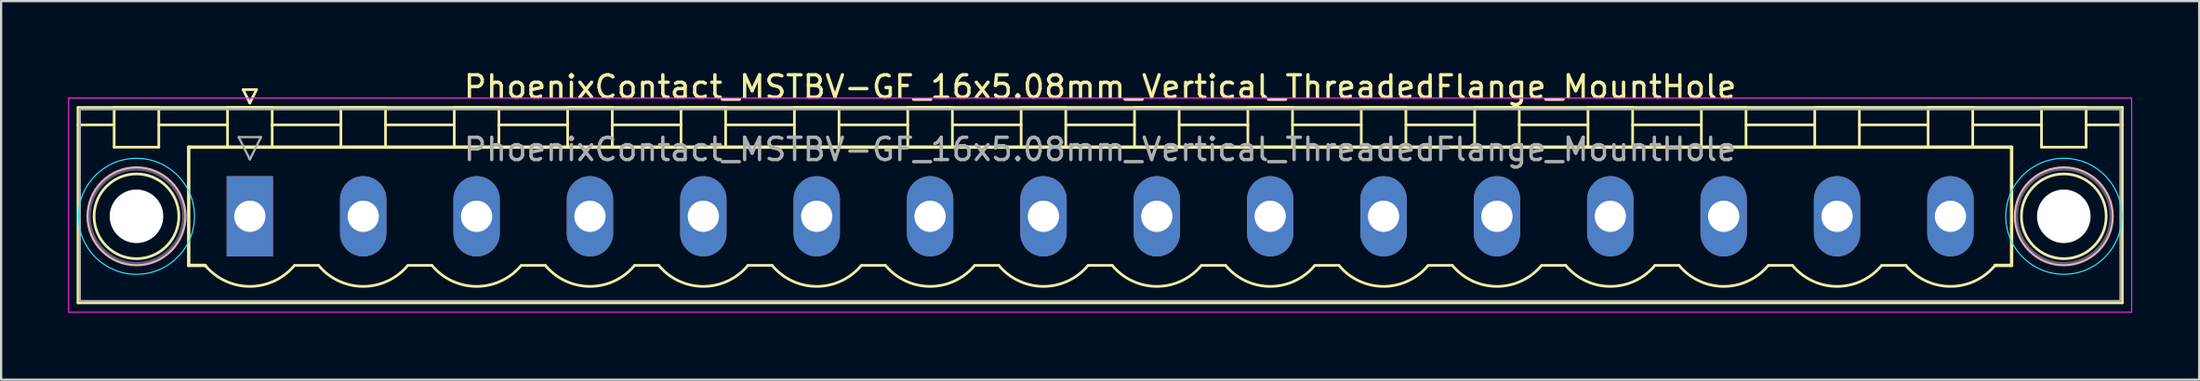
<source format=kicad_pcb>
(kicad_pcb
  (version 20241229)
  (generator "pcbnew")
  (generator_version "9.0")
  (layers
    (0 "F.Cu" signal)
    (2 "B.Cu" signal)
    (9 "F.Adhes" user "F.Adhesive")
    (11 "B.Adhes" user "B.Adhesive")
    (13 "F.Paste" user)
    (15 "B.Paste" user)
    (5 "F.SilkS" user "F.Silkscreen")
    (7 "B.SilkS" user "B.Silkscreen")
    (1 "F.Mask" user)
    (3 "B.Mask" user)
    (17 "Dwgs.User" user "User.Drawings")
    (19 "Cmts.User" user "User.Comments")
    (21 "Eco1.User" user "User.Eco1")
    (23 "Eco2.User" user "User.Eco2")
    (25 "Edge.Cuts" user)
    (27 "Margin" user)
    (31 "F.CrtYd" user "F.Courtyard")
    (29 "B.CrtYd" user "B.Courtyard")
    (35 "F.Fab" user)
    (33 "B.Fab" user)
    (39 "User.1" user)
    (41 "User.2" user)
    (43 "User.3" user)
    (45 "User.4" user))
  (footprint "PhoenixContact_MSTBV-GF_16x5.08mm_Vertical_ThreadedFlange_MountHole"
    (layer "F.Cu")
    (at 8.145 6.648)
    (property "Reference" "PhoenixContact_MSTBV-GF_16x5.08mm_Vertical_ThreadedFlange_MountHole" (at 38.1 -5.8 0) (layer "F.SilkS") (effects (font (size 1 1) (thickness 0.15))))
    (attr through_hole)
    (fp_line (start -7.7 -4.88) (end -7.7 3.88) (stroke (width 0.12) (type solid)) (layer "F.SilkS"))
    (fp_line (start -7.7 -4.1) (end -6.16 -4.1) (stroke (width 0.12) (type solid)) (layer "F.SilkS"))
    (fp_line (start -7.7 3.88) (end 83.9 3.88) (stroke (width 0.12) (type solid)) (layer "F.SilkS"))
    (fp_line (start -6.08 -4.88) (end -4.08 -4.88) (stroke (width 0.12) (type solid)) (layer "F.SilkS"))
    (fp_line (start -6.08 -3.1) (end -6.08 -4.88) (stroke (width 0.12) (type solid)) (layer "F.SilkS"))
    (fp_line (start -4.08 -4.88) (end -4.08 -3.1) (stroke (width 0.12) (type solid)) (layer "F.SilkS"))
    (fp_line (start -4.08 -4.1) (end -1 -4.1) (stroke (width 0.12) (type solid)) (layer "F.SilkS"))
    (fp_line (start -4.08 -3.1) (end -6.08 -3.1) (stroke (width 0.12) (type solid)) (layer "F.SilkS"))
    (fp_line (start -2.74 -3.1) (end 78.94 -3.1) (stroke (width 0.15) (type solid)) (layer "F.SilkS"))
    (fp_line (start -2.74 2.2) (end -2.74 -3.1) (stroke (width 0.15) (type solid)) (layer "F.SilkS"))
    (fp_line (start -2 2.2) (end -2.74 2.2) (stroke (width 0.15) (type solid)) (layer "F.SilkS"))
    (fp_line (start -1 -4.88) (end 1 -4.88) (stroke (width 0.12) (type solid)) (layer "F.SilkS"))
    (fp_line (start -1 -3.1) (end -1 -4.88) (stroke (width 0.12) (type solid)) (layer "F.SilkS"))
    (fp_line (start -0.3 -5.68) (end 0.3 -5.68) (stroke (width 0.12) (type solid)) (layer "F.SilkS"))
    (fp_line (start 0 -5.08) (end -0.3 -5.68) (stroke (width 0.12) (type solid)) (layer "F.SilkS"))
    (fp_line (start 0.3 -5.68) (end 0 -5.08) (stroke (width 0.12) (type solid)) (layer "F.SilkS"))
    (fp_line (start 1 -4.88) (end 1 -3.1) (stroke (width 0.12) (type solid)) (layer "F.SilkS"))
    (fp_line (start 1 -4.1) (end 4.08 -4.1) (stroke (width 0.12) (type solid)) (layer "F.SilkS"))
    (fp_line (start 1 -3.1) (end -1 -3.1) (stroke (width 0.12) (type solid)) (layer "F.SilkS"))
    (fp_line (start 2 2.2) (end 3.08 2.2) (stroke (width 0.12) (type solid)) (layer "F.SilkS"))
    (fp_line (start 4.08 -4.88) (end 6.08 -4.88) (stroke (width 0.12) (type solid)) (layer "F.SilkS"))
    (fp_line (start 4.08 -3.1) (end 4.08 -4.88) (stroke (width 0.12) (type solid)) (layer "F.SilkS"))
    (fp_line (start 6.08 -4.88) (end 6.08 -3.1) (stroke (width 0.12) (type solid)) (layer "F.SilkS"))
    (fp_line (start 6.08 -4.1) (end 9.16 -4.1) (stroke (width 0.12) (type solid)) (layer "F.SilkS"))
    (fp_line (start 6.08 -3.1) (end 4.08 -3.1) (stroke (width 0.12) (type solid)) (layer "F.SilkS"))
    (fp_line (start 7.08 2.2) (end 8.16 2.2) (stroke (width 0.12) (type solid)) (layer "F.SilkS"))
    (fp_line (start 9.16 -4.88) (end 11.16 -4.88) (stroke (width 0.12) (type solid)) (layer "F.SilkS"))
    (fp_line (start 9.16 -3.1) (end 9.16 -4.88) (stroke (width 0.12) (type solid)) (layer "F.SilkS"))
    (fp_line (start 11.16 -4.88) (end 11.16 -3.1) (stroke (width 0.12) (type solid)) (layer "F.SilkS"))
    (fp_line (start 11.16 -4.1) (end 14.24 -4.1) (stroke (width 0.12) (type solid)) (layer "F.SilkS"))
    (fp_line (start 11.16 -3.1) (end 9.16 -3.1) (stroke (width 0.12) (type solid)) (layer "F.SilkS"))
    (fp_line (start 12.16 2.2) (end 13.24 2.2) (stroke (width 0.12) (type solid)) (layer "F.SilkS"))
    (fp_line (start 14.24 -4.88) (end 16.24 -4.88) (stroke (width 0.12) (type solid)) (layer "F.SilkS"))
    (fp_line (start 14.24 -3.1) (end 14.24 -4.88) (stroke (width 0.12) (type solid)) (layer "F.SilkS"))
    (fp_line (start 16.24 -4.88) (end 16.24 -3.1) (stroke (width 0.12) (type solid)) (layer "F.SilkS"))
    (fp_line (start 16.24 -4.1) (end 19.32 -4.1) (stroke (width 0.12) (type solid)) (layer "F.SilkS"))
    (fp_line (start 16.24 -3.1) (end 14.24 -3.1) (stroke (width 0.12) (type solid)) (layer "F.SilkS"))
    (fp_line (start 17.24 2.2) (end 18.32 2.2) (stroke (width 0.12) (type solid)) (layer "F.SilkS"))
    (fp_line (start 19.32 -4.88) (end 21.32 -4.88) (stroke (width 0.12) (type solid)) (layer "F.SilkS"))
    (fp_line (start 19.32 -3.1) (end 19.32 -4.88) (stroke (width 0.12) (type solid)) (layer "F.SilkS"))
    (fp_line (start 21.32 -4.88) (end 21.32 -3.1) (stroke (width 0.12) (type solid)) (layer "F.SilkS"))
    (fp_line (start 21.32 -4.1) (end 24.4 -4.1) (stroke (width 0.12) (type solid)) (layer "F.SilkS"))
    (fp_line (start 21.32 -3.1) (end 19.32 -3.1) (stroke (width 0.12) (type solid)) (layer "F.SilkS"))
    (fp_line (start 22.32 2.2) (end 23.4 2.2) (stroke (width 0.12) (type solid)) (layer "F.SilkS"))
    (fp_line (start 24.4 -4.88) (end 26.4 -4.88) (stroke (width 0.12) (type solid)) (layer "F.SilkS"))
    (fp_line (start 24.4 -3.1) (end 24.4 -4.88) (stroke (width 0.12) (type solid)) (layer "F.SilkS"))
    (fp_line (start 26.4 -4.88) (end 26.4 -3.1) (stroke (width 0.12) (type solid)) (layer "F.SilkS"))
    (fp_line (start 26.4 -4.1) (end 29.48 -4.1) (stroke (width 0.12) (type solid)) (layer "F.SilkS"))
    (fp_line (start 26.4 -3.1) (end 24.4 -3.1) (stroke (width 0.12) (type solid)) (layer "F.SilkS"))
    (fp_line (start 27.4 2.2) (end 28.48 2.2) (stroke (width 0.12) (type solid)) (layer "F.SilkS"))
    (fp_line (start 29.48 -4.88) (end 31.48 -4.88) (stroke (width 0.12) (type solid)) (layer "F.SilkS"))
    (fp_line (start 29.48 -3.1) (end 29.48 -4.88) (stroke (width 0.12) (type solid)) (layer "F.SilkS"))
    (fp_line (start 31.48 -4.88) (end 31.48 -3.1) (stroke (width 0.12) (type solid)) (layer "F.SilkS"))
    (fp_line (start 31.48 -4.1) (end 34.56 -4.1) (stroke (width 0.12) (type solid)) (layer "F.SilkS"))
    (fp_line (start 31.48 -3.1) (end 29.48 -3.1) (stroke (width 0.12) (type solid)) (layer "F.SilkS"))
    (fp_line (start 32.48 2.2) (end 33.56 2.2) (stroke (width 0.12) (type solid)) (layer "F.SilkS"))
    (fp_line (start 34.56 -4.88) (end 36.56 -4.88) (stroke (width 0.12) (type solid)) (layer "F.SilkS"))
    (fp_line (start 34.56 -3.1) (end 34.56 -4.88) (stroke (width 0.12) (type solid)) (layer "F.SilkS"))
    (fp_line (start 36.56 -4.88) (end 36.56 -3.1) (stroke (width 0.12) (type solid)) (layer "F.SilkS"))
    (fp_line (start 36.56 -4.1) (end 39.64 -4.1) (stroke (width 0.12) (type solid)) (layer "F.SilkS"))
    (fp_line (start 36.56 -3.1) (end 34.56 -3.1) (stroke (width 0.12) (type solid)) (layer "F.SilkS"))
    (fp_line (start 37.56 2.2) (end 38.64 2.2) (stroke (width 0.12) (type solid)) (layer "F.SilkS"))
    (fp_line (start 39.64 -4.88) (end 41.64 -4.88) (stroke (width 0.12) (type solid)) (layer "F.SilkS"))
    (fp_line (start 39.64 -3.1) (end 39.64 -4.88) (stroke (width 0.12) (type solid)) (layer "F.SilkS"))
    (fp_line (start 41.64 -4.88) (end 41.64 -3.1) (stroke (width 0.12) (type solid)) (layer "F.SilkS"))
    (fp_line (start 41.64 -4.1) (end 44.72 -4.1) (stroke (width 0.12) (type solid)) (layer "F.SilkS"))
    (fp_line (start 41.64 -3.1) (end 39.64 -3.1) (stroke (width 0.12) (type solid)) (layer "F.SilkS"))
    (fp_line (start 42.64 2.2) (end 43.72 2.2) (stroke (width 0.12) (type solid)) (layer "F.SilkS"))
    (fp_line (start 44.72 -4.88) (end 46.72 -4.88) (stroke (width 0.12) (type solid)) (layer "F.SilkS"))
    (fp_line (start 44.72 -3.1) (end 44.72 -4.88) (stroke (width 0.12) (type solid)) (layer "F.SilkS"))
    (fp_line (start 46.72 -4.88) (end 46.72 -3.1) (stroke (width 0.12) (type solid)) (layer "F.SilkS"))
    (fp_line (start 46.72 -4.1) (end 49.8 -4.1) (stroke (width 0.12) (type solid)) (layer "F.SilkS"))
    (fp_line (start 46.72 -3.1) (end 44.72 -3.1) (stroke (width 0.12) (type solid)) (layer "F.SilkS"))
    (fp_line (start 47.72 2.2) (end 48.8 2.2) (stroke (width 0.12) (type solid)) (layer "F.SilkS"))
    (fp_line (start 49.8 -4.88) (end 51.8 -4.88) (stroke (width 0.12) (type solid)) (layer "F.SilkS"))
    (fp_line (start 49.8 -3.1) (end 49.8 -4.88) (stroke (width 0.12) (type solid)) (layer "F.SilkS"))
    (fp_line (start 51.8 -4.88) (end 51.8 -3.1) (stroke (width 0.12) (type solid)) (layer "F.SilkS"))
    (fp_line (start 51.8 -4.1) (end 54.88 -4.1) (stroke (width 0.12) (type solid)) (layer "F.SilkS"))
    (fp_line (start 51.8 -3.1) (end 49.8 -3.1) (stroke (width 0.12) (type solid)) (layer "F.SilkS"))
    (fp_line (start 52.8 2.2) (end 53.88 2.2) (stroke (width 0.12) (type solid)) (layer "F.SilkS"))
    (fp_line (start 54.88 -4.88) (end 56.88 -4.88) (stroke (width 0.12) (type solid)) (layer "F.SilkS"))
    (fp_line (start 54.88 -3.1) (end 54.88 -4.88) (stroke (width 0.12) (type solid)) (layer "F.SilkS"))
    (fp_line (start 56.88 -4.88) (end 56.88 -3.1) (stroke (width 0.12) (type solid)) (layer "F.SilkS"))
    (fp_line (start 56.88 -4.1) (end 59.96 -4.1) (stroke (width 0.12) (type solid)) (layer "F.SilkS"))
    (fp_line (start 56.88 -3.1) (end 54.88 -3.1) (stroke (width 0.12) (type solid)) (layer "F.SilkS"))
    (fp_line (start 57.88 2.2) (end 58.96 2.2) (stroke (width 0.12) (type solid)) (layer "F.SilkS"))
    (fp_line (start 59.96 -4.88) (end 61.96 -4.88) (stroke (width 0.12) (type solid)) (layer "F.SilkS"))
    (fp_line (start 59.96 -3.1) (end 59.96 -4.88) (stroke (width 0.12) (type solid)) (layer "F.SilkS"))
    (fp_line (start 61.96 -4.88) (end 61.96 -3.1) (stroke (width 0.12) (type solid)) (layer "F.SilkS"))
    (fp_line (start 61.96 -4.1) (end 65.04 -4.1) (stroke (width 0.12) (type solid)) (layer "F.SilkS"))
    (fp_line (start 61.96 -3.1) (end 59.96 -3.1) (stroke (width 0.12) (type solid)) (layer "F.SilkS"))
    (fp_line (start 62.96 2.2) (end 64.04 2.2) (stroke (width 0.12) (type solid)) (layer "F.SilkS"))
    (fp_line (start 65.04 -4.88) (end 67.04 -4.88) (stroke (width 0.12) (type solid)) (layer "F.SilkS"))
    (fp_line (start 65.04 -3.1) (end 65.04 -4.88) (stroke (width 0.12) (type solid)) (layer "F.SilkS"))
    (fp_line (start 67.04 -4.88) (end 67.04 -3.1) (stroke (width 0.12) (type solid)) (layer "F.SilkS"))
    (fp_line (start 67.04 -4.1) (end 70.12 -4.1) (stroke (width 0.12) (type solid)) (layer "F.SilkS"))
    (fp_line (start 67.04 -3.1) (end 65.04 -3.1) (stroke (width 0.12) (type solid)) (layer "F.SilkS"))
    (fp_line (start 68.04 2.2) (end 69.12 2.2) (stroke (width 0.12) (type solid)) (layer "F.SilkS"))
    (fp_line (start 70.12 -4.88) (end 72.12 -4.88) (stroke (width 0.12) (type solid)) (layer "F.SilkS"))
    (fp_line (start 70.12 -3.1) (end 70.12 -4.88) (stroke (width 0.12) (type solid)) (layer "F.SilkS"))
    (fp_line (start 72.12 -4.88) (end 72.12 -3.1) (stroke (width 0.12) (type solid)) (layer "F.SilkS"))
    (fp_line (start 72.12 -4.1) (end 75.2 -4.1) (stroke (width 0.12) (type solid)) (layer "F.SilkS"))
    (fp_line (start 72.12 -3.1) (end 70.12 -3.1) (stroke (width 0.12) (type solid)) (layer "F.SilkS"))
    (fp_line (start 73.12 2.2) (end 74.2 2.2) (stroke (width 0.12) (type solid)) (layer "F.SilkS"))
    (fp_line (start 75.2 -4.88) (end 77.2 -4.88) (stroke (width 0.12) (type solid)) (layer "F.SilkS"))
    (fp_line (start 75.2 -3.1) (end 75.2 -4.88) (stroke (width 0.12) (type solid)) (layer "F.SilkS"))
    (fp_line (start 77.2 -4.88) (end 77.2 -3.1) (stroke (width 0.12) (type solid)) (layer "F.SilkS"))
    (fp_line (start 77.2 -4.1) (end 80.28 -4.1) (stroke (width 0.12) (type solid)) (layer "F.SilkS"))
    (fp_line (start 77.2 -3.1) (end 75.2 -3.1) (stroke (width 0.12) (type solid)) (layer "F.SilkS"))
    (fp_line (start 78.94 -3.1) (end 78.94 2.2) (stroke (width 0.15) (type solid)) (layer "F.SilkS"))
    (fp_line (start 78.94 2.2) (end 78.2 2.2) (stroke (width 0.15) (type solid)) (layer "F.SilkS"))
    (fp_line (start 80.28 -4.88) (end 82.28 -4.88) (stroke (width 0.12) (type solid)) (layer "F.SilkS"))
    (fp_line (start 80.28 -3.1) (end 80.28 -4.88) (stroke (width 0.12) (type solid)) (layer "F.SilkS"))
    (fp_line (start 82.28 -4.88) (end 82.28 -3.1) (stroke (width 0.12) (type solid)) (layer "F.SilkS"))
    (fp_line (start 82.28 -3.1) (end 80.28 -3.1) (stroke (width 0.12) (type solid)) (layer "F.SilkS"))
    (fp_line (start 83.9 -4.88) (end -7.7 -4.88) (stroke (width 0.12) (type solid)) (layer "F.SilkS"))
    (fp_line (start 83.9 -4.1) (end 82.36 -4.1) (stroke (width 0.12) (type solid)) (layer "F.SilkS"))
    (fp_line (start 83.9 3.88) (end 83.9 -4.88) (stroke (width 0.12) (type solid)) (layer "F.SilkS"))
    (fp_arc (start 1.986842 2.215821) (mid -0.010289 3.142758) (end -2 2.2) (stroke (width 0.12) (type solid)) (layer "F.SilkS"))
    (fp_arc (start 7.066842 2.215821) (mid 5.069711 3.142758) (end 3.08 2.2) (stroke (width 0.12) (type solid)) (layer "F.SilkS"))
    (fp_arc (start 12.146842 2.215821) (mid 10.149711 3.142758) (end 8.16 2.2) (stroke (width 0.12) (type solid)) (layer "F.SilkS"))
    (fp_arc (start 17.226842 2.215821) (mid 15.229711 3.142758) (end 13.24 2.2) (stroke (width 0.12) (type solid)) (layer "F.SilkS"))
    (fp_arc (start 22.306842 2.215821) (mid 20.309711 3.142758) (end 18.32 2.2) (stroke (width 0.12) (type solid)) (layer "F.SilkS"))
    (fp_arc (start 27.386842 2.215821) (mid 25.389711 3.142758) (end 23.4 2.2) (stroke (width 0.12) (type solid)) (layer "F.SilkS"))
    (fp_arc (start 32.466842 2.215821) (mid 30.469711 3.142758) (end 28.48 2.2) (stroke (width 0.12) (type solid)) (layer "F.SilkS"))
    (fp_arc (start 37.546842 2.215821) (mid 35.549711 3.142758) (end 33.56 2.2) (stroke (width 0.12) (type solid)) (layer "F.SilkS"))
    (fp_arc (start 42.626842 2.215821) (mid 40.629711 3.142758) (end 38.64 2.2) (stroke (width 0.12) (type solid)) (layer "F.SilkS"))
    (fp_arc (start 47.706842 2.215821) (mid 45.709711 3.142758) (end 43.72 2.2) (stroke (width 0.12) (type solid)) (layer "F.SilkS"))
    (fp_arc (start 52.786842 2.215821) (mid 50.789711 3.142758) (end 48.8 2.2) (stroke (width 0.12) (type solid)) (layer "F.SilkS"))
    (fp_arc (start 57.866842 2.215821) (mid 55.869711 3.142758) (end 53.88 2.2) (stroke (width 0.12) (type solid)) (layer "F.SilkS"))
    (fp_arc (start 62.946842 2.215821) (mid 60.949711 3.142758) (end 58.96 2.2) (stroke (width 0.12) (type solid)) (layer "F.SilkS"))
    (fp_arc (start 68.026842 2.215821) (mid 66.029711 3.142758) (end 64.04 2.2) (stroke (width 0.12) (type solid)) (layer "F.SilkS"))
    (fp_arc (start 73.106842 2.215821) (mid 71.109711 3.142758) (end 69.12 2.2) (stroke (width 0.12) (type solid)) (layer "F.SilkS"))
    (fp_arc (start 78.186842 2.215821) (mid 76.189711 3.142758) (end 74.2 2.2) (stroke (width 0.12) (type solid)) (layer "F.SilkS"))
    (fp_circle (center -5.08 0) (end -3.18 0) (stroke (width 0.12) (type solid)) (fill no) (layer "F.SilkS"))
    (fp_circle (center 81.28 0) (end 83.18 0) (stroke (width 0.12) (type solid)) (fill no) (layer "F.SilkS"))
    (fp_circle (center -5.08 0) (end -2.9 0) (stroke (width 0.12) (type solid)) (fill no) (layer "B.SilkS"))
    (fp_circle (center 81.28 0) (end 83.46 0) (stroke (width 0.12) (type solid)) (fill no) (layer "B.SilkS"))
    (fp_circle (center -5.08 0) (end -2.48 0) (stroke (width 0.05) (type solid)) (fill no) (layer "B.CrtYd"))
    (fp_circle (center 81.28 0) (end 83.88 0) (stroke (width 0.05) (type solid)) (fill no) (layer "B.CrtYd"))
    (fp_line (start -8.12 -5.3) (end -8.12 4.3) (stroke (width 0.05) (type solid)) (layer "F.CrtYd"))
    (fp_line (start -8.12 4.3) (end 84.32 4.3) (stroke (width 0.05) (type solid)) (layer "F.CrtYd"))
    (fp_line (start 84.32 -5.3) (end -8.12 -5.3) (stroke (width 0.05) (type solid)) (layer "F.CrtYd"))
    (fp_line (start 84.32 4.3) (end 84.32 -5.3) (stroke (width 0.05) (type solid)) (layer "F.CrtYd"))
    (fp_circle (center -5.08 0) (end -2.98 0) (stroke (width 0.1) (type solid)) (fill no) (layer "B.Fab"))
    (fp_circle (center 81.28 0) (end 83.38 0) (stroke (width 0.1) (type solid)) (fill no) (layer "B.Fab"))
    (fp_line (start -7.62 -4.8) (end -7.62 3.8) (stroke (width 0.1) (type solid)) (layer "F.Fab"))
    (fp_line (start -7.62 3.8) (end 83.82 3.8) (stroke (width 0.1) (type solid)) (layer "F.Fab"))
    (fp_line (start -0.5 -3.55) (end 0.5 -3.55) (stroke (width 0.1) (type solid)) (layer "F.Fab"))
    (fp_line (start 0 -2.55) (end -0.5 -3.55) (stroke (width 0.1) (type solid)) (layer "F.Fab"))
    (fp_line (start 0.5 -3.55) (end 0 -2.55) (stroke (width 0.1) (type solid)) (layer "F.Fab"))
    (fp_line (start 83.82 -4.8) (end -7.62 -4.8) (stroke (width 0.1) (type solid)) (layer "F.Fab"))
    (fp_line (start 83.82 3.8) (end 83.82 -4.8) (stroke (width 0.1) (type solid)) (layer "F.Fab"))
    (fp_text user "${REFERENCE}" (at 38.1 -3 0) (layer "F.Fab") (effects (font (size 1 1) (thickness 0.15))))
    (pad "" np_thru_hole circle (at -5.08 0) (size 2.4 2.4) (drill 2.4) (layers "*.Cu" "*.Mask"))
    (pad "" np_thru_hole circle (at 81.28 0) (size 2.4 2.4) (drill 2.4) (layers "*.Cu" "*.Mask"))
    (pad "1" thru_hole rect (at 0 0) (size 2.08 3.6) (drill 1.4) (layers "*.Cu" "*.Mask"))
    (pad "2" thru_hole oval (at 5.08 0) (size 2.08 3.6) (drill 1.4) (layers "*.Cu" "*.Mask"))
    (pad "3" thru_hole oval (at 10.16 0) (size 2.08 3.6) (drill 1.4) (layers "*.Cu" "*.Mask"))
    (pad "4" thru_hole oval (at 15.24 0) (size 2.08 3.6) (drill 1.4) (layers "*.Cu" "*.Mask"))
    (pad "5" thru_hole oval (at 20.32 0) (size 2.08 3.6) (drill 1.4) (layers "*.Cu" "*.Mask"))
    (pad "6" thru_hole oval (at 25.4 0) (size 2.08 3.6) (drill 1.4) (layers "*.Cu" "*.Mask"))
    (pad "7" thru_hole oval (at 30.48 0) (size 2.08 3.6) (drill 1.4) (layers "*.Cu" "*.Mask"))
    (pad "8" thru_hole oval (at 35.56 0) (size 2.08 3.6) (drill 1.4) (layers "*.Cu" "*.Mask"))
    (pad "9" thru_hole oval (at 40.64 0) (size 2.08 3.6) (drill 1.4) (layers "*.Cu" "*.Mask"))
    (pad "10" thru_hole oval (at 45.72 0) (size 2.08 3.6) (drill 1.4) (layers "*.Cu" "*.Mask"))
    (pad "11" thru_hole oval (at 50.8 0) (size 2.08 3.6) (drill 1.4) (layers "*.Cu" "*.Mask"))
    (pad "12" thru_hole oval (at 55.88 0) (size 2.08 3.6) (drill 1.4) (layers "*.Cu" "*.Mask"))
    (pad "13" thru_hole oval (at 60.96 0) (size 2.08 3.6) (drill 1.4) (layers "*.Cu" "*.Mask"))
    (pad "14" thru_hole oval (at 66.04 0) (size 2.08 3.6) (drill 1.4) (layers "*.Cu" "*.Mask"))
    (pad "15" thru_hole oval (at 71.12 0) (size 2.08 3.6) (drill 1.4) (layers "*.Cu" "*.Mask"))
    (pad "16" thru_hole oval (at 76.2 0) (size 2.08 3.6) (drill 1.4) (layers "*.Cu" "*.Mask")))
  (gr_rect
    (start -3 -3)
    (end 95.49 13.973)
    (stroke (width 0.1) (type default))
    (fill no)
    (layer "Edge.Cuts")))
</source>
